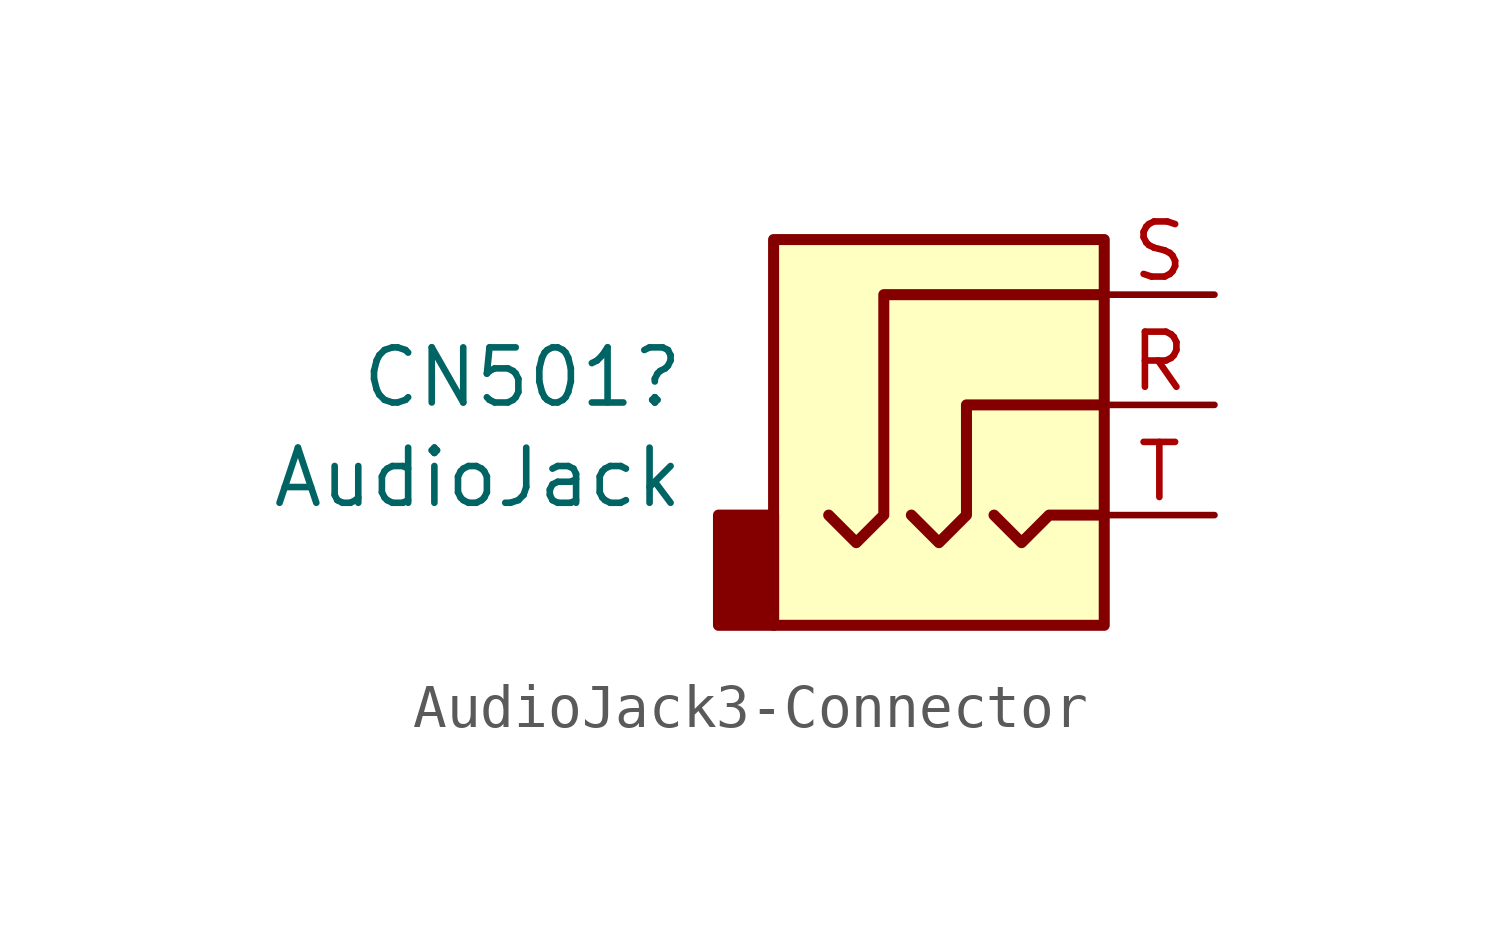
<source format=kicad_sym>
(kicad_symbol_lib
  (version 20220914)
  (generator kicad_symbol_editor)
  (symbol "AudioJack3-Connector"
    (property "Reference" "CN501"
      (at -7.112 0.635 0)
      (effects (font (size 1.27 1.27)) (justify right)))
    (property "Value" "AudioJack"
      (at -7.112 -1.676 0)
      (effects (font (size 1.27 1.27)) (justify right)))
    (symbol "AudioJack3-Connector_0_1"
      (rectangle (start -5.08 -5.08) (end -6.35 -2.54) (stroke (width 0.254) (type solid)) (fill (type outline)))
      (polyline (pts (xy 0 -2.54) (xy 0.635 -3.175) (xy 1.27 -2.54) (xy 2.54 -2.54)) (stroke (width 0.254) (type solid)) (fill (type none)))
      (polyline (pts (xy -1.905 -2.54) (xy -1.27 -3.175) (xy -0.635 -2.54) (xy -0.635 0) (xy 2.54 0)) (stroke (width 0.254) (type solid)) (fill (type none)))
      (polyline (pts (xy 2.54 2.54) (xy -2.54 2.54) (xy -2.54 -2.54) (xy -3.175 -3.175) (xy -3.81 -2.54)) (stroke (width 0.254) (type solid)) (fill (type none)))
      (rectangle (start 2.54 3.81) (end -5.08 -5.08) (stroke (width 0.254) (type solid)) (fill (type background))))
    (symbol "AudioJack3-Connector_1_1"
      (pin passive line (at 5.08 0 180) (length 2.54) (name "~" (effects (font (size 1.27 1.27)))) (number "R" (effects (font (size 1.27 1.27)))))
      (pin passive line (at 5.08 2.54 180) (length 2.54) (name "~" (effects (font (size 1.27 1.27)))) (number "S" (effects (font (size 1.27 1.27)))))
      (pin passive line (at 5.08 -2.54 180) (length 2.54) (name "~" (effects (font (size 1.27 1.27)))) (number "T" (effects (font (size 1.27 1.27))))))))
</source>
